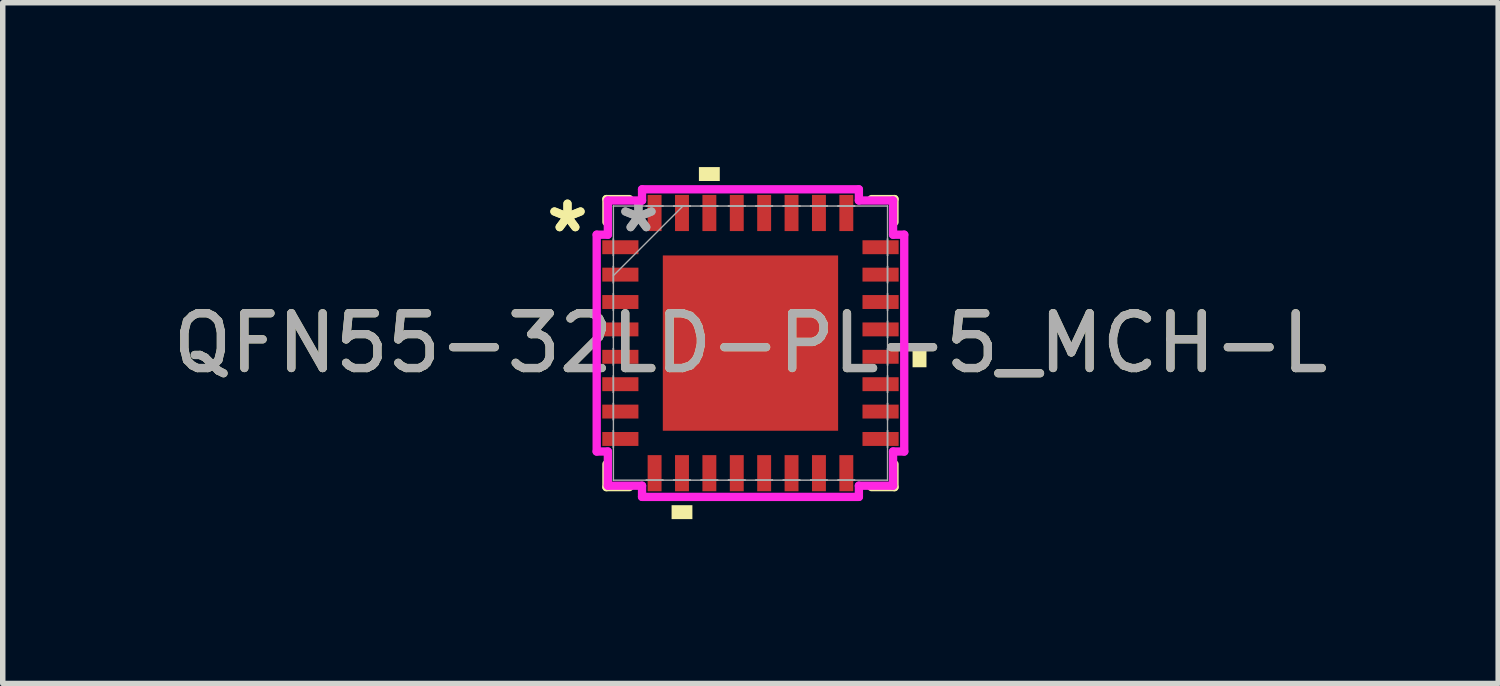
<source format=kicad_pcb>
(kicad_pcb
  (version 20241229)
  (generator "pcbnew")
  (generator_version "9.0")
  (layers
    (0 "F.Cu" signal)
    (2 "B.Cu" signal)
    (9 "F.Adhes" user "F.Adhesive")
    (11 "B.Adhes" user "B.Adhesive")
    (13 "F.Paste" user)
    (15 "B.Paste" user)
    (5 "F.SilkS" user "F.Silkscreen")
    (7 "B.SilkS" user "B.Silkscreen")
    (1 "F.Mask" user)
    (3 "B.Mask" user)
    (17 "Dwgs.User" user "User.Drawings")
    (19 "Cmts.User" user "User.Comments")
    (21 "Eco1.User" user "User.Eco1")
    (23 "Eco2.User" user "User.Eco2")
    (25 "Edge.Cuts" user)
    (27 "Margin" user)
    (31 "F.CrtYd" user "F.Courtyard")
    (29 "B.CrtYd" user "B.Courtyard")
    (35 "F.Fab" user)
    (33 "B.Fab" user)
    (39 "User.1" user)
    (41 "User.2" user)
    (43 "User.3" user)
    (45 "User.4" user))
  (footprint "QFN55-32LD-PL-5_MCH-L"
    (layer "F.Cu")
    (at 10.649 3.213)
    (property "Reference" "QFN55-32LD-PL-5_MCH-L" (at 0 0 0) (unlocked yes) (layer "F.SilkS") (effects (font (size 1 1) (thickness 0.15))))
    (attr smd)
    (fp_line (start -2.629 -2.629) (end -2.629 -2.21) (stroke (width 0.152) (type solid)) (layer "F.SilkS"))
    (fp_line (start -2.629 2.21) (end -2.629 2.629) (stroke (width 0.152) (type solid)) (layer "F.SilkS"))
    (fp_line (start -2.629 2.629) (end -2.21 2.629) (stroke (width 0.152) (type solid)) (layer "F.SilkS"))
    (fp_line (start -2.21 -2.629) (end -2.629 -2.629) (stroke (width 0.152) (type solid)) (layer "F.SilkS"))
    (fp_line (start 2.21 2.629) (end 2.629 2.629) (stroke (width 0.152) (type solid)) (layer "F.SilkS"))
    (fp_line (start 2.629 -2.629) (end 2.21 -2.629) (stroke (width 0.152) (type solid)) (layer "F.SilkS"))
    (fp_line (start 2.629 -2.21) (end 2.629 -2.629) (stroke (width 0.152) (type solid)) (layer "F.SilkS"))
    (fp_line (start 2.629 2.629) (end 2.629 2.21) (stroke (width 0.152) (type solid)) (layer "F.SilkS"))
    (fp_poly (pts (xy -1.44 2.959) (xy -1.44 3.213) (xy -1.06 3.213) (xy -1.06 2.959)) (stroke (width 0) (type solid)) (fill yes) (layer "F.SilkS"))
    (fp_poly (pts (xy -0.941 -2.959) (xy -0.941 -3.213) (xy -0.56 -3.213) (xy -0.56 -2.959)) (stroke (width 0) (type solid)) (fill yes) (layer "F.SilkS"))
    (fp_poly (pts (xy 3.213 0.059) (xy 3.213 0.441) (xy 2.959 0.441) (xy 2.959 0.059)) (stroke (width 0) (type solid)) (fill yes) (layer "F.SilkS"))
    (fp_poly (pts (xy -1.5 -1.5) (xy -1.5 -0.1) (xy -0.1 -0.1) (xy -0.1 -1.5)) (stroke (width 0) (type solid)) (fill yes) (layer "F.Paste"))
    (fp_poly (pts (xy -1.5 0.1) (xy -1.5 1.5) (xy -0.1 1.5) (xy -0.1 0.1)) (stroke (width 0) (type solid)) (fill yes) (layer "F.Paste"))
    (fp_poly (pts (xy 0.1 -1.5) (xy 0.1 -0.1) (xy 1.5 -0.1) (xy 1.5 -1.5)) (stroke (width 0) (type solid)) (fill yes) (layer "F.Paste"))
    (fp_poly (pts (xy 0.1 0.1) (xy 0.1 1.5) (xy 1.5 1.5) (xy 1.5 0.1)) (stroke (width 0) (type solid)) (fill yes) (layer "F.Paste"))
    (fp_line (start -2.807 -1.979) (end -2.603 -1.979) (stroke (width 0.152) (type solid)) (layer "F.CrtYd"))
    (fp_line (start -2.807 1.979) (end -2.807 -1.979) (stroke (width 0.152) (type solid)) (layer "F.CrtYd"))
    (fp_line (start -2.603 -2.603) (end -1.979 -2.603) (stroke (width 0.152) (type solid)) (layer "F.CrtYd"))
    (fp_line (start -2.603 -1.979) (end -2.603 -2.603) (stroke (width 0.152) (type solid)) (layer "F.CrtYd"))
    (fp_line (start -2.603 1.979) (end -2.807 1.979) (stroke (width 0.152) (type solid)) (layer "F.CrtYd"))
    (fp_line (start -2.603 2.603) (end -2.603 1.979) (stroke (width 0.152) (type solid)) (layer "F.CrtYd"))
    (fp_line (start -1.979 -2.807) (end 1.979 -2.807) (stroke (width 0.152) (type solid)) (layer "F.CrtYd"))
    (fp_line (start -1.979 -2.603) (end -1.979 -2.807) (stroke (width 0.152) (type solid)) (layer "F.CrtYd"))
    (fp_line (start -1.979 2.603) (end -2.603 2.603) (stroke (width 0.152) (type solid)) (layer "F.CrtYd"))
    (fp_line (start -1.979 2.807) (end -1.979 2.603) (stroke (width 0.152) (type solid)) (layer "F.CrtYd"))
    (fp_line (start 1.979 -2.807) (end 1.979 -2.603) (stroke (width 0.152) (type solid)) (layer "F.CrtYd"))
    (fp_line (start 1.979 -2.603) (end 2.603 -2.603) (stroke (width 0.152) (type solid)) (layer "F.CrtYd"))
    (fp_line (start 1.979 2.603) (end 1.979 2.807) (stroke (width 0.152) (type solid)) (layer "F.CrtYd"))
    (fp_line (start 1.979 2.807) (end -1.979 2.807) (stroke (width 0.152) (type solid)) (layer "F.CrtYd"))
    (fp_line (start 2.603 -2.603) (end 2.603 -1.979) (stroke (width 0.152) (type solid)) (layer "F.CrtYd"))
    (fp_line (start 2.603 -1.979) (end 2.807 -1.979) (stroke (width 0.152) (type solid)) (layer "F.CrtYd"))
    (fp_line (start 2.603 1.979) (end 2.603 2.603) (stroke (width 0.152) (type solid)) (layer "F.CrtYd"))
    (fp_line (start 2.603 2.603) (end 1.979 2.603) (stroke (width 0.152) (type solid)) (layer "F.CrtYd"))
    (fp_line (start 2.807 -1.979) (end 2.807 1.979) (stroke (width 0.152) (type solid)) (layer "F.CrtYd"))
    (fp_line (start 2.807 1.979) (end 2.603 1.979) (stroke (width 0.152) (type solid)) (layer "F.CrtYd"))
    (fp_line (start -2.502 -2.502) (end -2.502 -2.502) (stroke (width 0.025) (type solid)) (layer "F.Fab"))
    (fp_line (start -2.502 -2.502) (end -2.502 2.502) (stroke (width 0.025) (type solid)) (layer "F.Fab"))
    (fp_line (start -2.502 -1.902) (end -2.502 -1.902) (stroke (width 0.025) (type solid)) (layer "F.Fab"))
    (fp_line (start -2.502 -1.902) (end -2.502 -1.598) (stroke (width 0.025) (type solid)) (layer "F.Fab"))
    (fp_line (start -2.502 -1.598) (end -2.502 -1.902) (stroke (width 0.025) (type solid)) (layer "F.Fab"))
    (fp_line (start -2.502 -1.598) (end -2.502 -1.598) (stroke (width 0.025) (type solid)) (layer "F.Fab"))
    (fp_line (start -2.502 -1.402) (end -2.502 -1.402) (stroke (width 0.025) (type solid)) (layer "F.Fab"))
    (fp_line (start -2.502 -1.402) (end -2.502 -1.098) (stroke (width 0.025) (type solid)) (layer "F.Fab"))
    (fp_line (start -2.502 -1.232) (end -1.232 -2.502) (stroke (width 0.025) (type solid)) (layer "F.Fab"))
    (fp_line (start -2.502 -1.098) (end -2.502 -1.402) (stroke (width 0.025) (type solid)) (layer "F.Fab"))
    (fp_line (start -2.502 -1.098) (end -2.502 -1.098) (stroke (width 0.025) (type solid)) (layer "F.Fab"))
    (fp_line (start -2.502 -0.902) (end -2.502 -0.902) (stroke (width 0.025) (type solid)) (layer "F.Fab"))
    (fp_line (start -2.502 -0.902) (end -2.502 -0.598) (stroke (width 0.025) (type solid)) (layer "F.Fab"))
    (fp_line (start -2.502 -0.598) (end -2.502 -0.902) (stroke (width 0.025) (type solid)) (layer "F.Fab"))
    (fp_line (start -2.502 -0.598) (end -2.502 -0.598) (stroke (width 0.025) (type solid)) (layer "F.Fab"))
    (fp_line (start -2.502 -0.402) (end -2.502 -0.402) (stroke (width 0.025) (type solid)) (layer "F.Fab"))
    (fp_line (start -2.502 -0.402) (end -2.502 -0.098) (stroke (width 0.025) (type solid)) (layer "F.Fab"))
    (fp_line (start -2.502 -0.098) (end -2.502 -0.402) (stroke (width 0.025) (type solid)) (layer "F.Fab"))
    (fp_line (start -2.502 -0.098) (end -2.502 -0.098) (stroke (width 0.025) (type solid)) (layer "F.Fab"))
    (fp_line (start -2.502 0.098) (end -2.502 0.098) (stroke (width 0.025) (type solid)) (layer "F.Fab"))
    (fp_line (start -2.502 0.098) (end -2.502 0.402) (stroke (width 0.025) (type solid)) (layer "F.Fab"))
    (fp_line (start -2.502 0.402) (end -2.502 0.098) (stroke (width 0.025) (type solid)) (layer "F.Fab"))
    (fp_line (start -2.502 0.402) (end -2.502 0.402) (stroke (width 0.025) (type solid)) (layer "F.Fab"))
    (fp_line (start -2.502 0.598) (end -2.502 0.598) (stroke (width 0.025) (type solid)) (layer "F.Fab"))
    (fp_line (start -2.502 0.598) (end -2.502 0.902) (stroke (width 0.025) (type solid)) (layer "F.Fab"))
    (fp_line (start -2.502 0.902) (end -2.502 0.598) (stroke (width 0.025) (type solid)) (layer "F.Fab"))
    (fp_line (start -2.502 0.902) (end -2.502 0.902) (stroke (width 0.025) (type solid)) (layer "F.Fab"))
    (fp_line (start -2.502 1.098) (end -2.502 1.098) (stroke (width 0.025) (type solid)) (layer "F.Fab"))
    (fp_line (start -2.502 1.098) (end -2.502 1.402) (stroke (width 0.025) (type solid)) (layer "F.Fab"))
    (fp_line (start -2.502 1.402) (end -2.502 1.098) (stroke (width 0.025) (type solid)) (layer "F.Fab"))
    (fp_line (start -2.502 1.402) (end -2.502 1.402) (stroke (width 0.025) (type solid)) (layer "F.Fab"))
    (fp_line (start -2.502 1.598) (end -2.502 1.598) (stroke (width 0.025) (type solid)) (layer "F.Fab"))
    (fp_line (start -2.502 1.598) (end -2.502 1.902) (stroke (width 0.025) (type solid)) (layer "F.Fab"))
    (fp_line (start -2.502 1.902) (end -2.502 1.598) (stroke (width 0.025) (type solid)) (layer "F.Fab"))
    (fp_line (start -2.502 1.902) (end -2.502 1.902) (stroke (width 0.025) (type solid)) (layer "F.Fab"))
    (fp_line (start -2.502 2.502) (end -2.502 2.502) (stroke (width 0.025) (type solid)) (layer "F.Fab"))
    (fp_line (start -2.502 2.502) (end 2.502 2.502) (stroke (width 0.025) (type solid)) (layer "F.Fab"))
    (fp_line (start -1.902 -2.502) (end -1.902 -2.502) (stroke (width 0.025) (type solid)) (layer "F.Fab"))
    (fp_line (start -1.902 -2.502) (end -1.598 -2.502) (stroke (width 0.025) (type solid)) (layer "F.Fab"))
    (fp_line (start -1.902 2.502) (end -1.902 2.502) (stroke (width 0.025) (type solid)) (layer "F.Fab"))
    (fp_line (start -1.902 2.502) (end -1.598 2.502) (stroke (width 0.025) (type solid)) (layer "F.Fab"))
    (fp_line (start -1.598 -2.502) (end -1.902 -2.502) (stroke (width 0.025) (type solid)) (layer "F.Fab"))
    (fp_line (start -1.598 -2.502) (end -1.598 -2.502) (stroke (width 0.025) (type solid)) (layer "F.Fab"))
    (fp_line (start -1.598 2.502) (end -1.902 2.502) (stroke (width 0.025) (type solid)) (layer "F.Fab"))
    (fp_line (start -1.598 2.502) (end -1.598 2.502) (stroke (width 0.025) (type solid)) (layer "F.Fab"))
    (fp_line (start -1.402 -2.502) (end -1.402 -2.502) (stroke (width 0.025) (type solid)) (layer "F.Fab"))
    (fp_line (start -1.402 -2.502) (end -1.098 -2.502) (stroke (width 0.025) (type solid)) (layer "F.Fab"))
    (fp_line (start -1.402 2.502) (end -1.402 2.502) (stroke (width 0.025) (type solid)) (layer "F.Fab"))
    (fp_line (start -1.402 2.502) (end -1.098 2.502) (stroke (width 0.025) (type solid)) (layer "F.Fab"))
    (fp_line (start -1.098 -2.502) (end -1.402 -2.502) (stroke (width 0.025) (type solid)) (layer "F.Fab"))
    (fp_line (start -1.098 -2.502) (end -1.098 -2.502) (stroke (width 0.025) (type solid)) (layer "F.Fab"))
    (fp_line (start -1.098 2.502) (end -1.402 2.502) (stroke (width 0.025) (type solid)) (layer "F.Fab"))
    (fp_line (start -1.098 2.502) (end -1.098 2.502) (stroke (width 0.025) (type solid)) (layer "F.Fab"))
    (fp_line (start -0.902 -2.502) (end -0.902 -2.502) (stroke (width 0.025) (type solid)) (layer "F.Fab"))
    (fp_line (start -0.902 -2.502) (end -0.598 -2.502) (stroke (width 0.025) (type solid)) (layer "F.Fab"))
    (fp_line (start -0.902 2.502) (end -0.902 2.502) (stroke (width 0.025) (type solid)) (layer "F.Fab"))
    (fp_line (start -0.902 2.502) (end -0.598 2.502) (stroke (width 0.025) (type solid)) (layer "F.Fab"))
    (fp_line (start -0.598 -2.502) (end -0.902 -2.502) (stroke (width 0.025) (type solid)) (layer "F.Fab"))
    (fp_line (start -0.598 -2.502) (end -0.598 -2.502) (stroke (width 0.025) (type solid)) (layer "F.Fab"))
    (fp_line (start -0.598 2.502) (end -0.902 2.502) (stroke (width 0.025) (type solid)) (layer "F.Fab"))
    (fp_line (start -0.598 2.502) (end -0.598 2.502) (stroke (width 0.025) (type solid)) (layer "F.Fab"))
    (fp_line (start -0.402 -2.502) (end -0.402 -2.502) (stroke (width 0.025) (type solid)) (layer "F.Fab"))
    (fp_line (start -0.402 -2.502) (end -0.098 -2.502) (stroke (width 0.025) (type solid)) (layer "F.Fab"))
    (fp_line (start -0.402 2.502) (end -0.402 2.502) (stroke (width 0.025) (type solid)) (layer "F.Fab"))
    (fp_line (start -0.402 2.502) (end -0.098 2.502) (stroke (width 0.025) (type solid)) (layer "F.Fab"))
    (fp_line (start -0.098 -2.502) (end -0.402 -2.502) (stroke (width 0.025) (type solid)) (layer "F.Fab"))
    (fp_line (start -0.098 -2.502) (end -0.098 -2.502) (stroke (width 0.025) (type solid)) (layer "F.Fab"))
    (fp_line (start -0.098 2.502) (end -0.402 2.502) (stroke (width 0.025) (type solid)) (layer "F.Fab"))
    (fp_line (start -0.098 2.502) (end -0.098 2.502) (stroke (width 0.025) (type solid)) (layer "F.Fab"))
    (fp_line (start 0.098 -2.502) (end 0.098 -2.502) (stroke (width 0.025) (type solid)) (layer "F.Fab"))
    (fp_line (start 0.098 -2.502) (end 0.402 -2.502) (stroke (width 0.025) (type solid)) (layer "F.Fab"))
    (fp_line (start 0.098 2.502) (end 0.098 2.502) (stroke (width 0.025) (type solid)) (layer "F.Fab"))
    (fp_line (start 0.098 2.502) (end 0.402 2.502) (stroke (width 0.025) (type solid)) (layer "F.Fab"))
    (fp_line (start 0.402 -2.502) (end 0.098 -2.502) (stroke (width 0.025) (type solid)) (layer "F.Fab"))
    (fp_line (start 0.402 -2.502) (end 0.402 -2.502) (stroke (width 0.025) (type solid)) (layer "F.Fab"))
    (fp_line (start 0.402 2.502) (end 0.098 2.502) (stroke (width 0.025) (type solid)) (layer "F.Fab"))
    (fp_line (start 0.402 2.502) (end 0.402 2.502) (stroke (width 0.025) (type solid)) (layer "F.Fab"))
    (fp_line (start 0.598 -2.502) (end 0.598 -2.502) (stroke (width 0.025) (type solid)) (layer "F.Fab"))
    (fp_line (start 0.598 -2.502) (end 0.902 -2.502) (stroke (width 0.025) (type solid)) (layer "F.Fab"))
    (fp_line (start 0.598 2.502) (end 0.598 2.502) (stroke (width 0.025) (type solid)) (layer "F.Fab"))
    (fp_line (start 0.598 2.502) (end 0.902 2.502) (stroke (width 0.025) (type solid)) (layer "F.Fab"))
    (fp_line (start 0.902 -2.502) (end 0.598 -2.502) (stroke (width 0.025) (type solid)) (layer "F.Fab"))
    (fp_line (start 0.902 -2.502) (end 0.902 -2.502) (stroke (width 0.025) (type solid)) (layer "F.Fab"))
    (fp_line (start 0.902 2.502) (end 0.598 2.502) (stroke (width 0.025) (type solid)) (layer "F.Fab"))
    (fp_line (start 0.902 2.502) (end 0.902 2.502) (stroke (width 0.025) (type solid)) (layer "F.Fab"))
    (fp_line (start 1.098 -2.502) (end 1.098 -2.502) (stroke (width 0.025) (type solid)) (layer "F.Fab"))
    (fp_line (start 1.098 -2.502) (end 1.402 -2.502) (stroke (width 0.025) (type solid)) (layer "F.Fab"))
    (fp_line (start 1.098 2.502) (end 1.098 2.502) (stroke (width 0.025) (type solid)) (layer "F.Fab"))
    (fp_line (start 1.098 2.502) (end 1.402 2.502) (stroke (width 0.025) (type solid)) (layer "F.Fab"))
    (fp_line (start 1.402 -2.502) (end 1.098 -2.502) (stroke (width 0.025) (type solid)) (layer "F.Fab"))
    (fp_line (start 1.402 -2.502) (end 1.402 -2.502) (stroke (width 0.025) (type solid)) (layer "F.Fab"))
    (fp_line (start 1.402 2.502) (end 1.098 2.502) (stroke (width 0.025) (type solid)) (layer "F.Fab"))
    (fp_line (start 1.402 2.502) (end 1.402 2.502) (stroke (width 0.025) (type solid)) (layer "F.Fab"))
    (fp_line (start 1.598 -2.502) (end 1.598 -2.502) (stroke (width 0.025) (type solid)) (layer "F.Fab"))
    (fp_line (start 1.598 -2.502) (end 1.902 -2.502) (stroke (width 0.025) (type solid)) (layer "F.Fab"))
    (fp_line (start 1.598 2.502) (end 1.598 2.502) (stroke (width 0.025) (type solid)) (layer "F.Fab"))
    (fp_line (start 1.598 2.502) (end 1.902 2.502) (stroke (width 0.025) (type solid)) (layer "F.Fab"))
    (fp_line (start 1.902 -2.502) (end 1.598 -2.502) (stroke (width 0.025) (type solid)) (layer "F.Fab"))
    (fp_line (start 1.902 -2.502) (end 1.902 -2.502) (stroke (width 0.025) (type solid)) (layer "F.Fab"))
    (fp_line (start 1.902 2.502) (end 1.598 2.502) (stroke (width 0.025) (type solid)) (layer "F.Fab"))
    (fp_line (start 1.902 2.502) (end 1.902 2.502) (stroke (width 0.025) (type solid)) (layer "F.Fab"))
    (fp_line (start 2.502 -2.502) (end -2.502 -2.502) (stroke (width 0.025) (type solid)) (layer "F.Fab"))
    (fp_line (start 2.502 -2.502) (end 2.502 -2.502) (stroke (width 0.025) (type solid)) (layer "F.Fab"))
    (fp_line (start 2.502 -1.902) (end 2.502 -1.902) (stroke (width 0.025) (type solid)) (layer "F.Fab"))
    (fp_line (start 2.502 -1.902) (end 2.502 -1.598) (stroke (width 0.025) (type solid)) (layer "F.Fab"))
    (fp_line (start 2.502 -1.598) (end 2.502 -1.902) (stroke (width 0.025) (type solid)) (layer "F.Fab"))
    (fp_line (start 2.502 -1.598) (end 2.502 -1.598) (stroke (width 0.025) (type solid)) (layer "F.Fab"))
    (fp_line (start 2.502 -1.402) (end 2.502 -1.402) (stroke (width 0.025) (type solid)) (layer "F.Fab"))
    (fp_line (start 2.502 -1.402) (end 2.502 -1.098) (stroke (width 0.025) (type solid)) (layer "F.Fab"))
    (fp_line (start 2.502 -1.098) (end 2.502 -1.402) (stroke (width 0.025) (type solid)) (layer "F.Fab"))
    (fp_line (start 2.502 -1.098) (end 2.502 -1.098) (stroke (width 0.025) (type solid)) (layer "F.Fab"))
    (fp_line (start 2.502 -0.902) (end 2.502 -0.902) (stroke (width 0.025) (type solid)) (layer "F.Fab"))
    (fp_line (start 2.502 -0.902) (end 2.502 -0.598) (stroke (width 0.025) (type solid)) (layer "F.Fab"))
    (fp_line (start 2.502 -0.598) (end 2.502 -0.902) (stroke (width 0.025) (type solid)) (layer "F.Fab"))
    (fp_line (start 2.502 -0.598) (end 2.502 -0.598) (stroke (width 0.025) (type solid)) (layer "F.Fab"))
    (fp_line (start 2.502 -0.402) (end 2.502 -0.402) (stroke (width 0.025) (type solid)) (layer "F.Fab"))
    (fp_line (start 2.502 -0.402) (end 2.502 -0.098) (stroke (width 0.025) (type solid)) (layer "F.Fab"))
    (fp_line (start 2.502 -0.098) (end 2.502 -0.402) (stroke (width 0.025) (type solid)) (layer "F.Fab"))
    (fp_line (start 2.502 -0.098) (end 2.502 -0.098) (stroke (width 0.025) (type solid)) (layer "F.Fab"))
    (fp_line (start 2.502 0.098) (end 2.502 0.098) (stroke (width 0.025) (type solid)) (layer "F.Fab"))
    (fp_line (start 2.502 0.098) (end 2.502 0.402) (stroke (width 0.025) (type solid)) (layer "F.Fab"))
    (fp_line (start 2.502 0.402) (end 2.502 0.098) (stroke (width 0.025) (type solid)) (layer "F.Fab"))
    (fp_line (start 2.502 0.402) (end 2.502 0.402) (stroke (width 0.025) (type solid)) (layer "F.Fab"))
    (fp_line (start 2.502 0.598) (end 2.502 0.598) (stroke (width 0.025) (type solid)) (layer "F.Fab"))
    (fp_line (start 2.502 0.598) (end 2.502 0.902) (stroke (width 0.025) (type solid)) (layer "F.Fab"))
    (fp_line (start 2.502 0.902) (end 2.502 0.598) (stroke (width 0.025) (type solid)) (layer "F.Fab"))
    (fp_line (start 2.502 0.902) (end 2.502 0.902) (stroke (width 0.025) (type solid)) (layer "F.Fab"))
    (fp_line (start 2.502 1.098) (end 2.502 1.098) (stroke (width 0.025) (type solid)) (layer "F.Fab"))
    (fp_line (start 2.502 1.098) (end 2.502 1.402) (stroke (width 0.025) (type solid)) (layer "F.Fab"))
    (fp_line (start 2.502 1.402) (end 2.502 1.098) (stroke (width 0.025) (type solid)) (layer "F.Fab"))
    (fp_line (start 2.502 1.402) (end 2.502 1.402) (stroke (width 0.025) (type solid)) (layer "F.Fab"))
    (fp_line (start 2.502 1.598) (end 2.502 1.598) (stroke (width 0.025) (type solid)) (layer "F.Fab"))
    (fp_line (start 2.502 1.598) (end 2.502 1.902) (stroke (width 0.025) (type solid)) (layer "F.Fab"))
    (fp_line (start 2.502 1.902) (end 2.502 1.598) (stroke (width 0.025) (type solid)) (layer "F.Fab"))
    (fp_line (start 2.502 1.902) (end 2.502 1.902) (stroke (width 0.025) (type solid)) (layer "F.Fab"))
    (fp_line (start 2.502 2.502) (end 2.502 -2.502) (stroke (width 0.025) (type solid)) (layer "F.Fab"))
    (fp_line (start 2.502 2.502) (end 2.502 2.502) (stroke (width 0.025) (type solid)) (layer "F.Fab"))
    (fp_text user "*" (at -3.34 -2 0) (unlocked yes) (layer "F.SilkS") (effects (font (size 1 1) (thickness 0.15))))
    (fp_text user "*" (at -3.34 -2 0) (layer "F.SilkS") (effects (font (size 1 1) (thickness 0.15))))
    (fp_text user "*" (at -2.045 -2 0) (layer "F.Fab") (effects (font (size 1 1) (thickness 0.15))))
    (fp_text user "${REFERENCE}" (at 0 0 0) (unlocked yes) (layer "F.Fab") (effects (font (size 1 1) (thickness 0.15))))
    (fp_text user "*" (at -2.045 -2 0) (unlocked yes) (layer "F.Fab") (effects (font (size 1 1) (thickness 0.15))))
    (pad "1" smd rect (at -2.375 -1.75 90) (size 0.254 0.66) (layers "F.Cu" "F.Mask" "F.Paste"))
    (pad "2" smd rect (at -2.375 -1.25 90) (size 0.254 0.66) (layers "F.Cu" "F.Mask" "F.Paste"))
    (pad "3" smd rect (at -2.375 -0.75 90) (size 0.254 0.66) (layers "F.Cu" "F.Mask" "F.Paste"))
    (pad "4" smd rect (at -2.375 -0.25 90) (size 0.254 0.66) (layers "F.Cu" "F.Mask" "F.Paste"))
    (pad "5" smd rect (at -2.375 0.25 90) (size 0.254 0.66) (layers "F.Cu" "F.Mask" "F.Paste"))
    (pad "6" smd rect (at -2.375 0.75 90) (size 0.254 0.66) (layers "F.Cu" "F.Mask" "F.Paste"))
    (pad "7" smd rect (at -2.375 1.25 90) (size 0.254 0.66) (layers "F.Cu" "F.Mask" "F.Paste"))
    (pad "8" smd rect (at -2.375 1.75 90) (size 0.254 0.66) (layers "F.Cu" "F.Mask" "F.Paste"))
    (pad "9" smd rect (at -1.75 2.375) (size 0.254 0.66) (layers "F.Cu" "F.Mask" "F.Paste"))
    (pad "10" smd rect (at -1.25 2.375) (size 0.254 0.66) (layers "F.Cu" "F.Mask" "F.Paste"))
    (pad "11" smd rect (at -0.75 2.375) (size 0.254 0.66) (layers "F.Cu" "F.Mask" "F.Paste"))
    (pad "12" smd rect (at -0.25 2.375) (size 0.254 0.66) (layers "F.Cu" "F.Mask" "F.Paste"))
    (pad "13" smd rect (at 0.25 2.375) (size 0.254 0.66) (layers "F.Cu" "F.Mask" "F.Paste"))
    (pad "14" smd rect (at 0.75 2.375) (size 0.254 0.66) (layers "F.Cu" "F.Mask" "F.Paste"))
    (pad "15" smd rect (at 1.25 2.375) (size 0.254 0.66) (layers "F.Cu" "F.Mask" "F.Paste"))
    (pad "16" smd rect (at 1.75 2.375) (size 0.254 0.66) (layers "F.Cu" "F.Mask" "F.Paste"))
    (pad "17" smd rect (at 2.375 1.75 90) (size 0.254 0.66) (layers "F.Cu" "F.Mask" "F.Paste"))
    (pad "18" smd rect (at 2.375 1.25 90) (size 0.254 0.66) (layers "F.Cu" "F.Mask" "F.Paste"))
    (pad "19" smd rect (at 2.375 0.75 90) (size 0.254 0.66) (layers "F.Cu" "F.Mask" "F.Paste"))
    (pad "20" smd rect (at 2.375 0.25 90) (size 0.254 0.66) (layers "F.Cu" "F.Mask" "F.Paste"))
    (pad "21" smd rect (at 2.375 -0.25 90) (size 0.254 0.66) (layers "F.Cu" "F.Mask" "F.Paste"))
    (pad "22" smd rect (at 2.375 -0.75 90) (size 0.254 0.66) (layers "F.Cu" "F.Mask" "F.Paste"))
    (pad "23" smd rect (at 2.375 -1.25 90) (size 0.254 0.66) (layers "F.Cu" "F.Mask" "F.Paste"))
    (pad "24" smd rect (at 2.375 -1.75 90) (size 0.254 0.66) (layers "F.Cu" "F.Mask" "F.Paste"))
    (pad "25" smd rect (at 1.75 -2.375) (size 0.254 0.66) (layers "F.Cu" "F.Mask" "F.Paste"))
    (pad "26" smd rect (at 1.25 -2.375) (size 0.254 0.66) (layers "F.Cu" "F.Mask" "F.Paste"))
    (pad "27" smd rect (at 0.75 -2.375) (size 0.254 0.66) (layers "F.Cu" "F.Mask" "F.Paste"))
    (pad "28" smd rect (at 0.25 -2.375) (size 0.254 0.66) (layers "F.Cu" "F.Mask" "F.Paste"))
    (pad "29" smd rect (at -0.25 -2.375) (size 0.254 0.66) (layers "F.Cu" "F.Mask" "F.Paste"))
    (pad "30" smd rect (at -0.75 -2.375) (size 0.254 0.66) (layers "F.Cu" "F.Mask" "F.Paste"))
    (pad "31" smd rect (at -1.25 -2.375) (size 0.254 0.66) (layers "F.Cu" "F.Mask" "F.Paste"))
    (pad "32" smd rect (at -1.75 -2.375) (size 0.254 0.66) (layers "F.Cu" "F.Mask" "F.Paste"))
    (pad "33" smd rect (at 0 0) (size 3.2 3.2) (layers "F.Cu" "F.Mask" "F.Paste")))
  (gr_rect
    (start -3 -3)
    (end 24.298 9.426)
    (stroke (width 0.1) (type default))
    (fill no)
    (layer "Edge.Cuts")))
</source>
